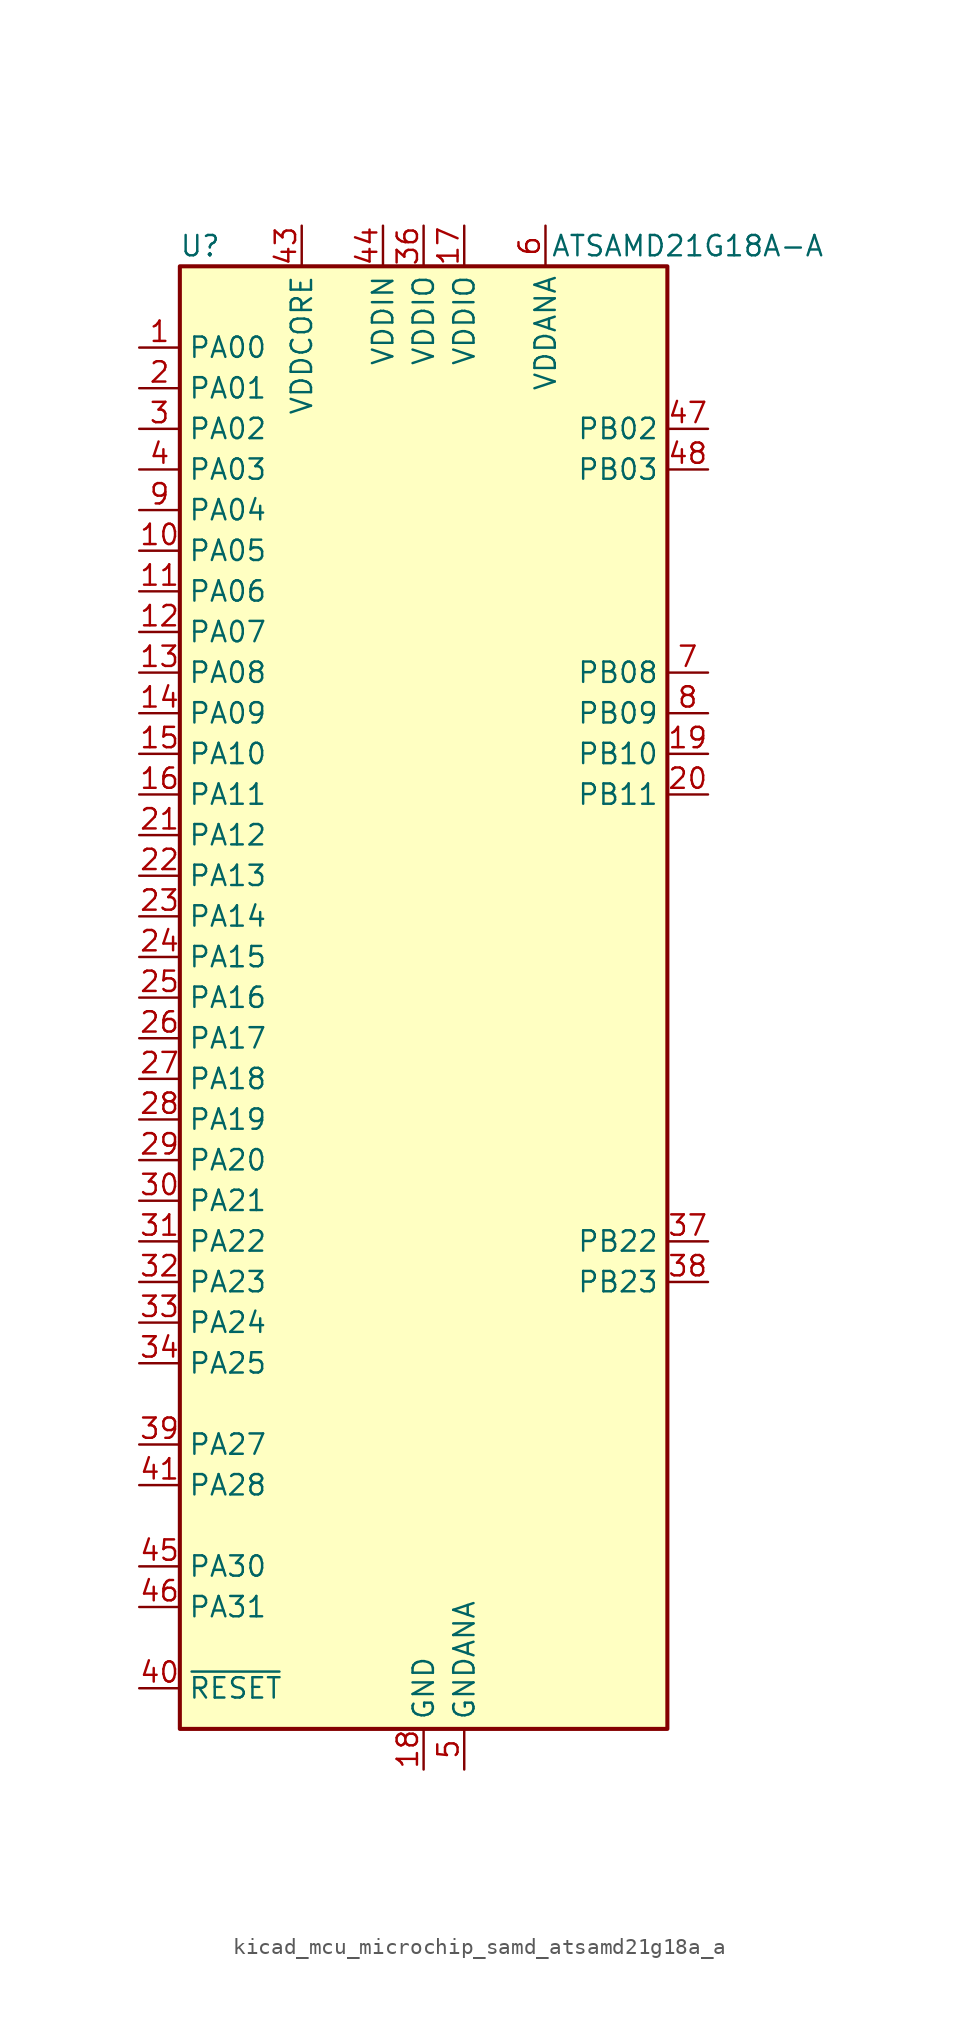
<source format=kicad_sym>
(kicad_symbol_lib
  (version 20220914)
  (generator kicad_symbol_editor)
  (symbol "kicad_mcu_microchip_samd_atsamd21g18a_a"
    (property "Reference" "U"
      (at -13.97 46.99 0)
      (effects (font (size 1.27 1.27))))
    (property "Value" "ATSAMD21G18A-A"
      (at 16.51 46.99 0)
      (effects (font (size 1.27 1.27))))
    (symbol "kicad_mcu_microchip_samd_atsamd21g18a_a_0_1"
      (rectangle (start -15.24 45.72) (end 15.24 -45.72) (stroke (width 0.254) (type default)) (fill (type background))))
    (symbol "kicad_mcu_microchip_samd_atsamd21g18a_a_1_1"
      (pin bidirectional line (at -17.78 40.64 0) (length 2.54) (name "PA00" (effects (font (size 1.27 1.27)))) (number "1" (effects (font (size 1.27 1.27)))))
      (pin bidirectional line (at -17.78 27.94 0) (length 2.54) (name "PA05" (effects (font (size 1.27 1.27)))) (number "10" (effects (font (size 1.27 1.27)))))
      (pin bidirectional line (at -17.78 25.4 0) (length 2.54) (name "PA06" (effects (font (size 1.27 1.27)))) (number "11" (effects (font (size 1.27 1.27)))))
      (pin bidirectional line (at -17.78 22.86 0) (length 2.54) (name "PA07" (effects (font (size 1.27 1.27)))) (number "12" (effects (font (size 1.27 1.27)))))
      (pin bidirectional line (at -17.78 20.32 0) (length 2.54) (name "PA08" (effects (font (size 1.27 1.27)))) (number "13" (effects (font (size 1.27 1.27)))))
      (pin bidirectional line (at -17.78 17.78 0) (length 2.54) (name "PA09" (effects (font (size 1.27 1.27)))) (number "14" (effects (font (size 1.27 1.27)))))
      (pin bidirectional line (at -17.78 15.24 0) (length 2.54) (name "PA10" (effects (font (size 1.27 1.27)))) (number "15" (effects (font (size 1.27 1.27)))))
      (pin bidirectional line (at -17.78 12.7 0) (length 2.54) (name "PA11" (effects (font (size 1.27 1.27)))) (number "16" (effects (font (size 1.27 1.27)))))
      (pin power_in line (at 2.54 48.26 270) (length 2.54) (name "VDDIO" (effects (font (size 1.27 1.27)))) (number "17" (effects (font (size 1.27 1.27)))))
      (pin power_in line (at 0 -48.26 90) (length 2.54) (name "GND" (effects (font (size 1.27 1.27)))) (number "18" (effects (font (size 1.27 1.27)))))
      (pin bidirectional line (at 17.78 15.24 180) (length 2.54) (name "PB10" (effects (font (size 1.27 1.27)))) (number "19" (effects (font (size 1.27 1.27)))))
      (pin bidirectional line (at -17.78 38.1 0) (length 2.54) (name "PA01" (effects (font (size 1.27 1.27)))) (number "2" (effects (font (size 1.27 1.27)))))
      (pin bidirectional line (at 17.78 12.7 180) (length 2.54) (name "PB11" (effects (font (size 1.27 1.27)))) (number "20" (effects (font (size 1.27 1.27)))))
      (pin bidirectional line (at -17.78 10.16 0) (length 2.54) (name "PA12" (effects (font (size 1.27 1.27)))) (number "21" (effects (font (size 1.27 1.27)))))
      (pin bidirectional line (at -17.78 7.62 0) (length 2.54) (name "PA13" (effects (font (size 1.27 1.27)))) (number "22" (effects (font (size 1.27 1.27)))))
      (pin bidirectional line (at -17.78 5.08 0) (length 2.54) (name "PA14" (effects (font (size 1.27 1.27)))) (number "23" (effects (font (size 1.27 1.27)))))
      (pin bidirectional line (at -17.78 2.54 0) (length 2.54) (name "PA15" (effects (font (size 1.27 1.27)))) (number "24" (effects (font (size 1.27 1.27)))))
      (pin bidirectional line (at -17.78 0 0) (length 2.54) (name "PA16" (effects (font (size 1.27 1.27)))) (number "25" (effects (font (size 1.27 1.27)))))
      (pin bidirectional line (at -17.78 -2.54 0) (length 2.54) (name "PA17" (effects (font (size 1.27 1.27)))) (number "26" (effects (font (size 1.27 1.27)))))
      (pin bidirectional line (at -17.78 -5.08 0) (length 2.54) (name "PA18" (effects (font (size 1.27 1.27)))) (number "27" (effects (font (size 1.27 1.27)))))
      (pin bidirectional line (at -17.78 -7.62 0) (length 2.54) (name "PA19" (effects (font (size 1.27 1.27)))) (number "28" (effects (font (size 1.27 1.27)))))
      (pin bidirectional line (at -17.78 -10.16 0) (length 2.54) (name "PA20" (effects (font (size 1.27 1.27)))) (number "29" (effects (font (size 1.27 1.27)))))
      (pin bidirectional line (at -17.78 35.56 0) (length 2.54) (name "PA02" (effects (font (size 1.27 1.27)))) (number "3" (effects (font (size 1.27 1.27)))))
      (pin bidirectional line (at -17.78 -12.7 0) (length 2.54) (name "PA21" (effects (font (size 1.27 1.27)))) (number "30" (effects (font (size 1.27 1.27)))))
      (pin bidirectional line (at -17.78 -15.24 0) (length 2.54) (name "PA22" (effects (font (size 1.27 1.27)))) (number "31" (effects (font (size 1.27 1.27)))))
      (pin bidirectional line (at -17.78 -17.78 0) (length 2.54) (name "PA23" (effects (font (size 1.27 1.27)))) (number "32" (effects (font (size 1.27 1.27)))))
      (pin bidirectional line (at -17.78 -20.32 0) (length 2.54) (name "PA24" (effects (font (size 1.27 1.27)))) (number "33" (effects (font (size 1.27 1.27)))))
      (pin bidirectional line (at -17.78 -22.86 0) (length 2.54) (name "PA25" (effects (font (size 1.27 1.27)))) (number "34" (effects (font (size 1.27 1.27)))))
      (pin passive line (at 0 -48.26 90) (length 2.54) hide (name "GND" (effects (font (size 1.27 1.27)))) (number "35" (effects (font (size 1.27 1.27)))))
      (pin power_in line (at 0 48.26 270) (length 2.54) (name "VDDIO" (effects (font (size 1.27 1.27)))) (number "36" (effects (font (size 1.27 1.27)))))
      (pin bidirectional line (at 17.78 -15.24 180) (length 2.54) (name "PB22" (effects (font (size 1.27 1.27)))) (number "37" (effects (font (size 1.27 1.27)))))
      (pin bidirectional line (at 17.78 -17.78 180) (length 2.54) (name "PB23" (effects (font (size 1.27 1.27)))) (number "38" (effects (font (size 1.27 1.27)))))
      (pin bidirectional line (at -17.78 -27.94 0) (length 2.54) (name "PA27" (effects (font (size 1.27 1.27)))) (number "39" (effects (font (size 1.27 1.27)))))
      (pin bidirectional line (at -17.78 33.02 0) (length 2.54) (name "PA03" (effects (font (size 1.27 1.27)))) (number "4" (effects (font (size 1.27 1.27)))))
      (pin input line (at -17.78 -43.18 0) (length 2.54) (name "~{RESET}" (effects (font (size 1.27 1.27)))) (number "40" (effects (font (size 1.27 1.27)))))
      (pin bidirectional line (at -17.78 -30.48 0) (length 2.54) (name "PA28" (effects (font (size 1.27 1.27)))) (number "41" (effects (font (size 1.27 1.27)))))
      (pin passive line (at 0 -48.26 90) (length 2.54) hide (name "GND" (effects (font (size 1.27 1.27)))) (number "42" (effects (font (size 1.27 1.27)))))
      (pin power_out line (at -7.62 48.26 270) (length 2.54) (name "VDDCORE" (effects (font (size 1.27 1.27)))) (number "43" (effects (font (size 1.27 1.27)))))
      (pin power_in line (at -2.54 48.26 270) (length 2.54) (name "VDDIN" (effects (font (size 1.27 1.27)))) (number "44" (effects (font (size 1.27 1.27)))))
      (pin bidirectional line (at -17.78 -35.56 0) (length 2.54) (name "PA30" (effects (font (size 1.27 1.27)))) (number "45" (effects (font (size 1.27 1.27)))))
      (pin bidirectional line (at -17.78 -38.1 0) (length 2.54) (name "PA31" (effects (font (size 1.27 1.27)))) (number "46" (effects (font (size 1.27 1.27)))))
      (pin bidirectional line (at 17.78 35.56 180) (length 2.54) (name "PB02" (effects (font (size 1.27 1.27)))) (number "47" (effects (font (size 1.27 1.27)))))
      (pin bidirectional line (at 17.78 33.02 180) (length 2.54) (name "PB03" (effects (font (size 1.27 1.27)))) (number "48" (effects (font (size 1.27 1.27)))))
      (pin power_in line (at 2.54 -48.26 90) (length 2.54) (name "GNDANA" (effects (font (size 1.27 1.27)))) (number "5" (effects (font (size 1.27 1.27)))))
      (pin power_in line (at 7.62 48.26 270) (length 2.54) (name "VDDANA" (effects (font (size 1.27 1.27)))) (number "6" (effects (font (size 1.27 1.27)))))
      (pin bidirectional line (at 17.78 20.32 180) (length 2.54) (name "PB08" (effects (font (size 1.27 1.27)))) (number "7" (effects (font (size 1.27 1.27)))))
      (pin bidirectional line (at 17.78 17.78 180) (length 2.54) (name "PB09" (effects (font (size 1.27 1.27)))) (number "8" (effects (font (size 1.27 1.27)))))
      (pin bidirectional line (at -17.78 30.48 0) (length 2.54) (name "PA04" (effects (font (size 1.27 1.27)))) (number "9" (effects (font (size 1.27 1.27))))))))
</source>
